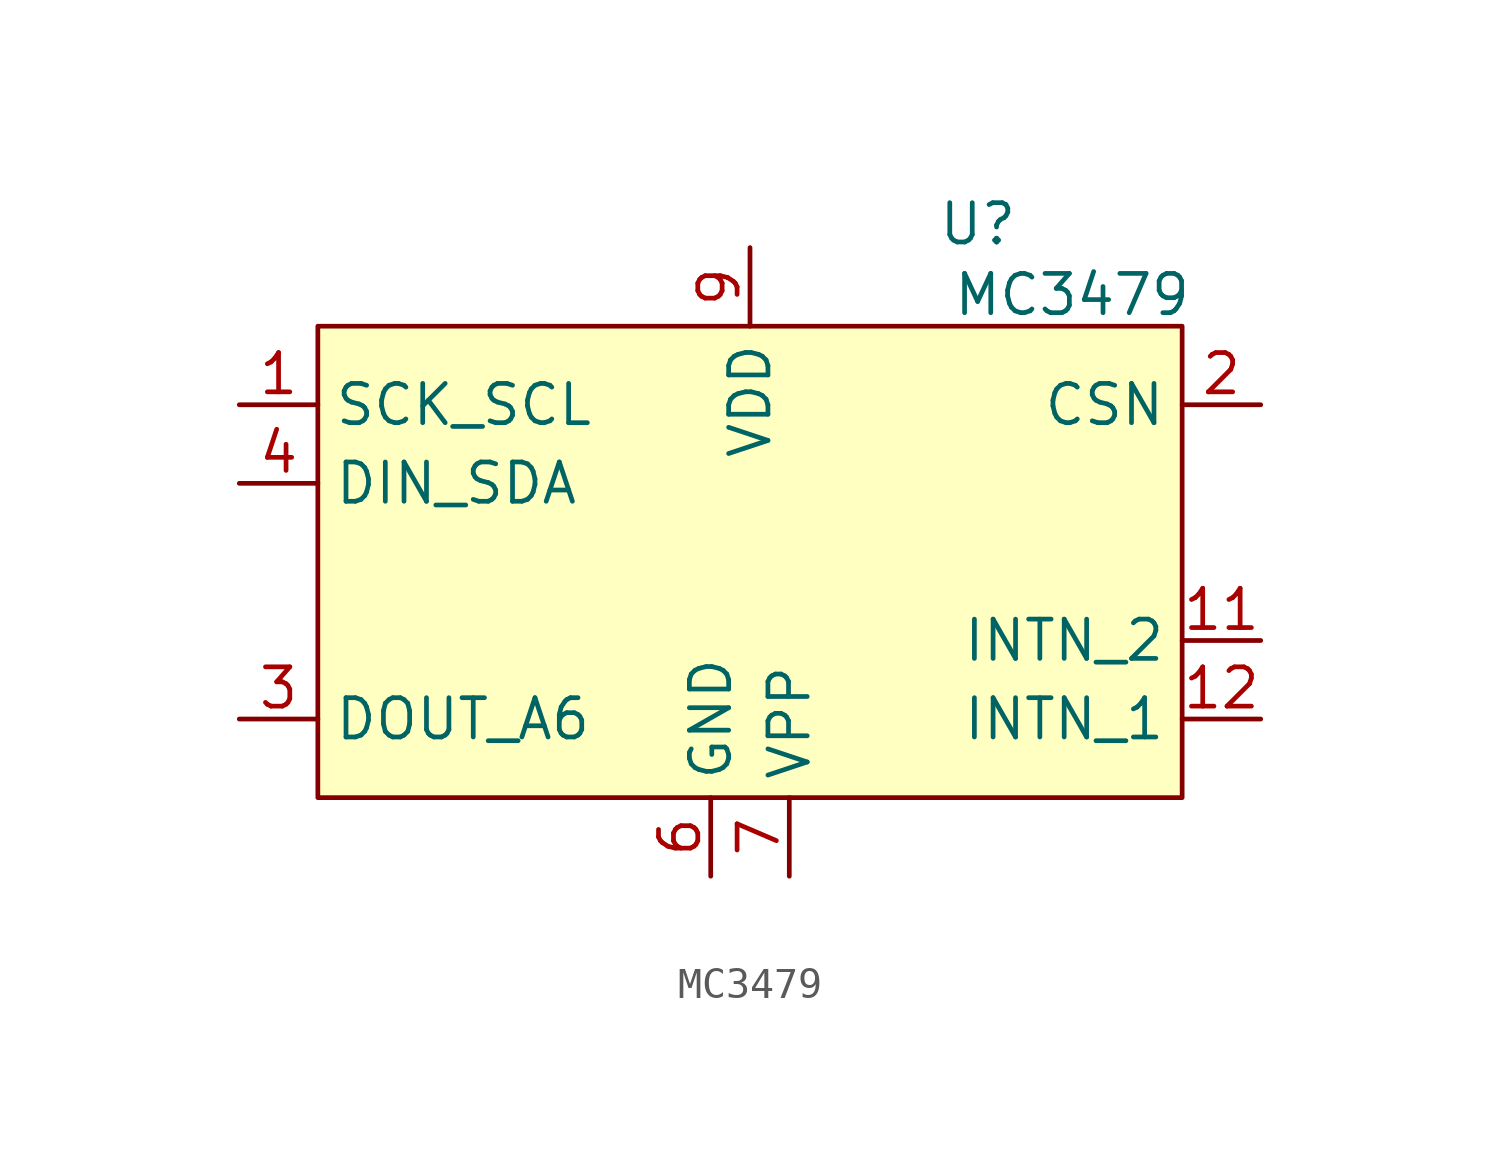
<source format=kicad_sym>
(kicad_symbol_lib
  (version 20231120)
  (generator "kicad_symbol_editor")
  (generator_version "8.0")
  (symbol "MC3479"
    (property "Reference" "U"
      (at 7.366 10.922 0)
      (effects (font (size 1.27 1.27))))
    (property "Value" "MC3479"
      (at 10.414 8.636 0)
      (effects (font (size 1.27 1.27))))
    (symbol "MC3479_0_0"
      (pin unspecified line (at -16.51 5.08 0) (length 2.54) (name "SCK_SCL" (effects (font (size 1.27 1.27)))) (number "1" (effects (font (size 1.27 1.27)))))
      (pin no_connect line (at 5.08 -10.16 90) (length 2.54) hide (name "NC" (effects (font (size 1.27 1.27)))) (number "10" (effects (font (size 1.27 1.27)))))
      (pin unspecified line (at 16.51 -2.54 180) (length 2.54) (name "INTN_2" (effects (font (size 1.27 1.27)))) (number "11" (effects (font (size 1.27 1.27)))))
      (pin unspecified line (at 16.51 -5.08 180) (length 2.54) (name "INTN_1" (effects (font (size 1.27 1.27)))) (number "12" (effects (font (size 1.27 1.27)))))
      (pin unspecified line (at 16.51 5.08 180) (length 2.54) (name "CSN" (effects (font (size 1.27 1.27)))) (number "2" (effects (font (size 1.27 1.27)))))
      (pin unspecified line (at -16.51 -5.08 0) (length 2.54) (name "DOUT_A6" (effects (font (size 1.27 1.27)))) (number "3" (effects (font (size 1.27 1.27)))))
      (pin unspecified line (at -16.51 2.54 0) (length 2.54) (name "DIN_SDA" (effects (font (size 1.27 1.27)))) (number "4" (effects (font (size 1.27 1.27)))))
      (pin no_connect line (at 5.08 -10.16 90) (length 2.54) hide (name "NC" (effects (font (size 1.27 1.27)))) (number "5" (effects (font (size 1.27 1.27)))))
      (pin unspecified line (at -1.27 -10.16 90) (length 2.54) (name "GND" (effects (font (size 1.27 1.27)))) (number "6" (effects (font (size 1.27 1.27)))))
      (pin unspecified line (at 1.27 -10.16 90) (length 2.54) (name "VPP" (effects (font (size 1.27 1.27)))) (number "7" (effects (font (size 1.27 1.27)))))
      (pin no_connect line (at 5.08 -10.16 90) (length 2.54) hide (name "NC" (effects (font (size 1.27 1.27)))) (number "8" (effects (font (size 1.27 1.27)))))
      (pin unspecified line (at 0 10.16 270) (length 2.54) (name "VDD" (effects (font (size 1.27 1.27)))) (number "9" (effects (font (size 1.27 1.27))))))
    (symbol "MC3479_0_1"
      (rectangle (start -13.97 7.62) (end 13.97 -7.62) (stroke (width 0) (type default)) (fill (type background))))))
</source>
